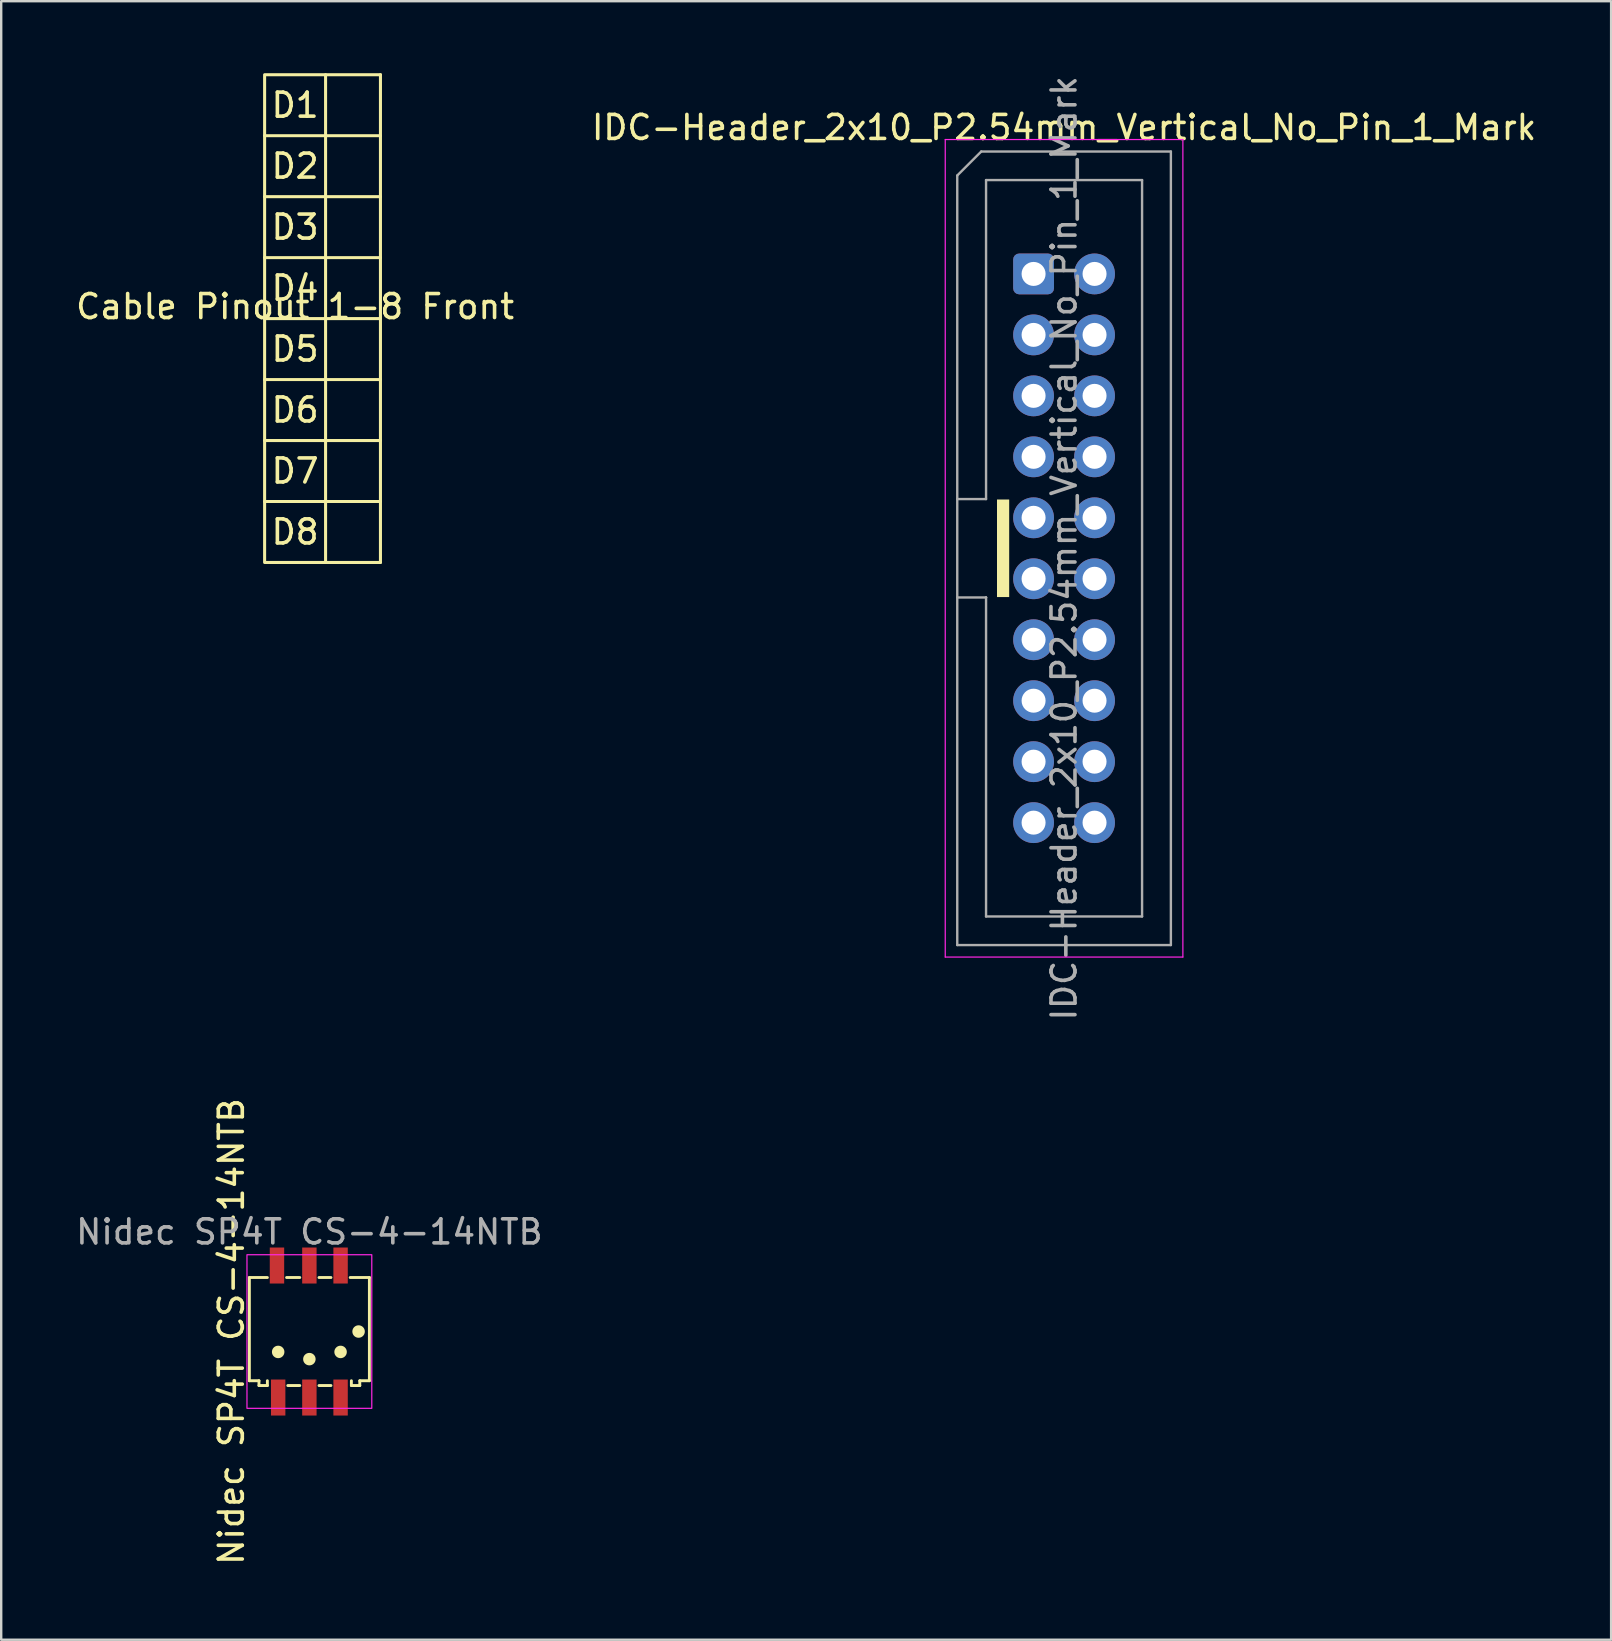
<source format=kicad_pcb>
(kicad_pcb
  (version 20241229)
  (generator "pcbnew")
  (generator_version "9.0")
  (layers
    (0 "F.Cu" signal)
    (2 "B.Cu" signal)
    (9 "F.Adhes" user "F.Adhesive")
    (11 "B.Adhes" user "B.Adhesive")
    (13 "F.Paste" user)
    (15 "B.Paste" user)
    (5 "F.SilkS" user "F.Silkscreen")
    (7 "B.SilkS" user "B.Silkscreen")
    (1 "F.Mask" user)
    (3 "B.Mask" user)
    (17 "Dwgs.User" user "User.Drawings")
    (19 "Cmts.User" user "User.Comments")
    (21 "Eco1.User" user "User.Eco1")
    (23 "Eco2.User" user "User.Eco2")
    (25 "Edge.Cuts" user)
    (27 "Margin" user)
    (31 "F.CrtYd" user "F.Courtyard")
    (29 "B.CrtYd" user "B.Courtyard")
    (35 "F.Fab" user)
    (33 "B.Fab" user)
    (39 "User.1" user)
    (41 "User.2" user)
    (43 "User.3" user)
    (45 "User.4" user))
  (footprint "Nidec SP4T CS-4-14NTB"
    (layer "F.Cu")
    (at 9.839 52.423)
    (property "Reference" "Nidec SP4T CS-4-14NTB" (at -3.25 0 90) (unlocked yes) (layer "F.SilkS") (effects (font (size 1 1) (thickness 0.15))))
    (attr smd)
    (fp_line (start -2.5 -2.25) (end -2.5 2.05) (stroke (width 0.12) (type default)) (layer "F.SilkS"))
    (fp_line (start -2.5 -2.25) (end -1.75 -2.25) (stroke (width 0.12) (type default)) (layer "F.SilkS"))
    (fp_line (start -2.1 2.05) (end -2.5 2.05) (stroke (width 0.12) (type default)) (layer "F.SilkS"))
    (fp_line (start -2.1 2.05) (end -2.1 2.25) (stroke (width 0.12) (type default)) (layer "F.SilkS"))
    (fp_line (start -2.1 2.25) (end -1.75 2.25) (stroke (width 0.12) (type default)) (layer "F.SilkS"))
    (fp_line (start -1.75 2.25) (end -1.75 2.05) (stroke (width 0.12) (type default)) (layer "F.SilkS"))
    (fp_line (start -0.9 2.25) (end -0.4 2.25) (stroke (width 0.12) (type default)) (layer "F.SilkS"))
    (fp_line (start -0.4 -2.25) (end -0.95 -2.25) (stroke (width 0.12) (type default)) (layer "F.SilkS"))
    (fp_line (start 0.4 2.25) (end 0.9 2.25) (stroke (width 0.12) (type default)) (layer "F.SilkS"))
    (fp_line (start 0.9 -2.25) (end 0.4 -2.25) (stroke (width 0.12) (type default)) (layer "F.SilkS"))
    (fp_line (start 1.75 2.25) (end 1.75 2.05) (stroke (width 0.12) (type default)) (layer "F.SilkS"))
    (fp_line (start 2.1 2.05) (end 2.1 2.25) (stroke (width 0.12) (type default)) (layer "F.SilkS"))
    (fp_line (start 2.1 2.25) (end 1.75 2.25) (stroke (width 0.12) (type default)) (layer "F.SilkS"))
    (fp_line (start 2.5 -2.25) (end 1.7 -2.25) (stroke (width 0.12) (type default)) (layer "F.SilkS"))
    (fp_line (start 2.5 -2.25) (end 2.5 2.05) (stroke (width 0.12) (type default)) (layer "F.SilkS"))
    (fp_line (start 2.5 2.05) (end 2.1 2.05) (stroke (width 0.12) (type default)) (layer "F.SilkS"))
    (fp_circle (center -1.3 0.85) (end -1.1 0.85) (stroke (width 0.12) (type solid)) (fill yes) (layer "F.SilkS"))
    (fp_circle (center 0 1.15) (end 0.2 1.15) (stroke (width 0.12) (type solid)) (fill yes) (layer "F.SilkS"))
    (fp_circle (center 1.3 0.85) (end 1.5 0.85) (stroke (width 0.12) (type solid)) (fill yes) (layer "F.SilkS"))
    (fp_circle (center 2.05 0) (end 2.25 0) (stroke (width 0.12) (type solid)) (fill yes) (layer "F.SilkS"))
    (fp_rect (start -2.6 -3.2) (end 2.6 3.2) (stroke (width 0.05) (type default)) (fill no) (layer "F.CrtYd"))
    (fp_text user "${REFERENCE}" (at 0 -4.15 0) (unlocked yes) (layer "F.Fab") (effects (font (size 1 1) (thickness 0.15))))
    (pad "1" smd rect (at 1.3 -2.75 180) (size 0.6 1.5) (layers "F.Cu" "F.Mask" "F.Paste"))
    (pad "2" smd rect (at 1.3 2.75) (size 0.6 1.5) (layers "F.Cu" "F.Mask" "F.Paste"))
    (pad "3" smd rect (at 0 2.75) (size 0.6 1.5) (layers "F.Cu" "F.Mask" "F.Paste"))
    (pad "4" smd rect (at -1.3 2.75) (size 0.6 1.5) (layers "F.Cu" "F.Mask" "F.Paste"))
    (pad "C" smd rect (at 0 -2.75) (size 0.6 1.5) (layers "F.Cu" "F.Mask" "F.Paste"))
    (pad "NC" smd rect (at -1.35 -2.75) (size 0.6 1.5) (layers "F.Cu" "F.Mask" "F.Paste")))
  (footprint "IDC-Header_2x10_P2.54mm_Vertical_No_Pin_1_Mark"
    (layer "F.Cu")
    (at 40.01 8.362)
    (property "Reference" "IDC-Header_2x10_P2.54mm_Vertical_No_Pin_1_Mark" (at 1.27 -6.1 0) (layer "F.SilkS") (effects (font (size 1 1) (thickness 0.15))))
    (attr through_hole)
    (fp_rect (start -1.524 9.398) (end -1.016 13.462) (stroke (width 0) (type solid)) (fill yes) (layer "F.SilkS"))
    (fp_line (start -3.68 -5.6) (end -3.68 28.46) (stroke (width 0.05) (type solid)) (layer "F.CrtYd"))
    (fp_line (start -3.68 28.46) (end 6.22 28.46) (stroke (width 0.05) (type solid)) (layer "F.CrtYd"))
    (fp_line (start 6.22 -5.6) (end -3.68 -5.6) (stroke (width 0.05) (type solid)) (layer "F.CrtYd"))
    (fp_line (start 6.22 28.46) (end 6.22 -5.6) (stroke (width 0.05) (type solid)) (layer "F.CrtYd"))
    (fp_line (start -3.18 -4.1) (end -2.18 -5.1) (stroke (width 0.1) (type solid)) (layer "F.Fab"))
    (fp_line (start -3.18 9.38) (end -1.98 9.38) (stroke (width 0.1) (type solid)) (layer "F.Fab"))
    (fp_line (start -3.18 27.96) (end -3.18 -4.1) (stroke (width 0.1) (type solid)) (layer "F.Fab"))
    (fp_line (start -2.18 -5.1) (end 5.72 -5.1) (stroke (width 0.1) (type solid)) (layer "F.Fab"))
    (fp_line (start -1.98 -3.91) (end 4.52 -3.91) (stroke (width 0.1) (type solid)) (layer "F.Fab"))
    (fp_line (start -1.98 9.38) (end -1.98 -3.91) (stroke (width 0.1) (type solid)) (layer "F.Fab"))
    (fp_line (start -1.98 13.48) (end -3.18 13.48) (stroke (width 0.1) (type solid)) (layer "F.Fab"))
    (fp_line (start -1.98 13.48) (end -1.98 13.48) (stroke (width 0.1) (type solid)) (layer "F.Fab"))
    (fp_line (start -1.98 26.77) (end -1.98 13.48) (stroke (width 0.1) (type solid)) (layer "F.Fab"))
    (fp_line (start 4.52 -3.91) (end 4.52 26.77) (stroke (width 0.1) (type solid)) (layer "F.Fab"))
    (fp_line (start 4.52 26.77) (end -1.98 26.77) (stroke (width 0.1) (type solid)) (layer "F.Fab"))
    (fp_line (start 5.72 -5.1) (end 5.72 27.96) (stroke (width 0.1) (type solid)) (layer "F.Fab"))
    (fp_line (start 5.72 27.96) (end -3.18 27.96) (stroke (width 0.1) (type solid)) (layer "F.Fab"))
    (fp_text user "${REFERENCE}" (at 1.27 11.43 90) (layer "F.Fab") (effects (font (size 1 1) (thickness 0.15))))
    (pad "1" thru_hole roundrect (at 0 0) (size 1.7 1.7) (drill 1) (layers "*.Cu" "*.Mask") (roundrect_rratio 0.147))
    (pad "2" thru_hole circle (at 2.54 0) (size 1.7 1.7) (drill 1) (layers "*.Cu" "*.Mask"))
    (pad "3" thru_hole circle (at 0 2.54) (size 1.7 1.7) (drill 1) (layers "*.Cu" "*.Mask"))
    (pad "4" thru_hole circle (at 2.54 2.54) (size 1.7 1.7) (drill 1) (layers "*.Cu" "*.Mask"))
    (pad "5" thru_hole circle (at 0 5.08) (size 1.7 1.7) (drill 1) (layers "*.Cu" "*.Mask"))
    (pad "6" thru_hole circle (at 2.54 5.08) (size 1.7 1.7) (drill 1) (layers "*.Cu" "*.Mask"))
    (pad "7" thru_hole circle (at 0 7.62) (size 1.7 1.7) (drill 1) (layers "*.Cu" "*.Mask"))
    (pad "8" thru_hole circle (at 2.54 7.62) (size 1.7 1.7) (drill 1) (layers "*.Cu" "*.Mask"))
    (pad "9" thru_hole circle (at 0 10.16) (size 1.7 1.7) (drill 1) (layers "*.Cu" "*.Mask"))
    (pad "10" thru_hole circle (at 2.54 10.16) (size 1.7 1.7) (drill 1) (layers "*.Cu" "*.Mask"))
    (pad "11" thru_hole circle (at 0 12.7) (size 1.7 1.7) (drill 1) (layers "*.Cu" "*.Mask"))
    (pad "12" thru_hole circle (at 2.54 12.7) (size 1.7 1.7) (drill 1) (layers "*.Cu" "*.Mask"))
    (pad "13" thru_hole circle (at 0 15.24) (size 1.7 1.7) (drill 1) (layers "*.Cu" "*.Mask"))
    (pad "14" thru_hole circle (at 2.54 15.24) (size 1.7 1.7) (drill 1) (layers "*.Cu" "*.Mask"))
    (pad "15" thru_hole circle (at 0 17.78) (size 1.7 1.7) (drill 1) (layers "*.Cu" "*.Mask"))
    (pad "16" thru_hole circle (at 2.54 17.78) (size 1.7 1.7) (drill 1) (layers "*.Cu" "*.Mask"))
    (pad "17" thru_hole circle (at 0 20.32) (size 1.7 1.7) (drill 1) (layers "*.Cu" "*.Mask"))
    (pad "18" thru_hole circle (at 2.54 20.32) (size 1.7 1.7) (drill 1) (layers "*.Cu" "*.Mask"))
    (pad "19" thru_hole circle (at 0 22.86) (size 1.7 1.7) (drill 1) (layers "*.Cu" "*.Mask"))
    (pad "20" thru_hole circle (at 2.54 22.86) (size 1.7 1.7) (drill 1) (layers "*.Cu" "*.Mask")))
  (footprint "Cable Pinout 1-8 Front"
    (layer "F.Cu")
    (at 9.244 10.223)
    (property "Reference" "Cable Pinout 1-8 Front" (at 0 -0.5 0) (unlocked yes) (layer "F.SilkS") (effects (font (size 1 1) (thickness 0.15))))
    (attr smd)
    (fp_line (start 1.27 -7.62) (end -1.27 -7.62) (stroke (width 0.127) (type default)) (layer "F.SilkS"))
    (fp_line (start 1.27 -7.62) (end 3.556 -7.62) (stroke (width 0.127) (type default)) (layer "F.SilkS"))
    (fp_line (start 1.27 -5.08) (end -1.27 -5.08) (stroke (width 0.127) (type default)) (layer "F.SilkS"))
    (fp_line (start 1.27 -5.08) (end 3.556 -5.08) (stroke (width 0.127) (type default)) (layer "F.SilkS"))
    (fp_line (start 1.27 -2.54) (end -1.27 -2.54) (stroke (width 0.127) (type default)) (layer "F.SilkS"))
    (fp_line (start 1.27 -2.54) (end 3.556 -2.54) (stroke (width 0.127) (type default)) (layer "F.SilkS"))
    (fp_line (start 1.27 0) (end -1.27 0) (stroke (width 0.127) (type default)) (layer "F.SilkS"))
    (fp_line (start 1.27 0) (end 3.556 0) (stroke (width 0.127) (type default)) (layer "F.SilkS"))
    (fp_line (start 1.27 2.54) (end -1.27 2.54) (stroke (width 0.127) (type default)) (layer "F.SilkS"))
    (fp_line (start 1.27 2.54) (end 3.556 2.54) (stroke (width 0.127) (type default)) (layer "F.SilkS"))
    (fp_line (start 1.27 5.08) (end -1.27 5.08) (stroke (width 0.127) (type default)) (layer "F.SilkS"))
    (fp_line (start 1.27 5.08) (end 3.556 5.08) (stroke (width 0.127) (type default)) (layer "F.SilkS"))
    (fp_line (start 1.27 7.62) (end -1.27 7.62) (stroke (width 0.127) (type default)) (layer "F.SilkS"))
    (fp_line (start 1.27 7.62) (end 3.556 7.62) (stroke (width 0.127) (type default)) (layer "F.SilkS"))
    (fp_line (start 1.27 10.16) (end 3.556 10.16) (stroke (width 0.127) (type default)) (layer "F.SilkS"))
    (fp_line (start 3.556 -10.16) (end 1.27 -10.16) (stroke (width 0.127) (type default)) (layer "F.SilkS"))
    (fp_line (start 3.556 10.16) (end 3.556 -10.16) (stroke (width 0.127) (type default)) (layer "F.SilkS"))
    (fp_rect (start 1.27 -10.16) (end -1.27 10.16) (stroke (width 0.127) (type default)) (fill no) (layer "F.SilkS"))
    (fp_text user "D3" (at 0 -3.81 0) (unlocked yes) (layer "F.SilkS") (effects (font (size 1 1) (thickness 0.15))))
    (fp_text user "D2" (at 0 -6.35 0) (unlocked yes) (layer "F.SilkS") (effects (font (size 1 1) (thickness 0.15))))
    (fp_text user "D8" (at 0 8.89 0) (unlocked yes) (layer "F.SilkS") (effects (font (size 1 1) (thickness 0.15))))
    (fp_text user "D5" (at 0 1.27 0) (unlocked yes) (layer "F.SilkS") (effects (font (size 1 1) (thickness 0.15))))
    (fp_text user "D7" (at 0 6.35 0) (unlocked yes) (layer "F.SilkS") (effects (font (size 1 1) (thickness 0.15))))
    (fp_text user "D4" (at 0 -1.27 0) (unlocked yes) (layer "F.SilkS") (effects (font (size 1 1) (thickness 0.15))))
    (fp_text user "D6" (at 0 3.81 0) (unlocked yes) (layer "F.SilkS") (effects (font (size 1 1) (thickness 0.15))))
    (fp_text user "D1" (at 0 -8.89 0) (unlocked yes) (layer "F.SilkS") (effects (font (size 1 1) (thickness 0.15)))))
  (gr_rect
    (start -3 -3)
    (end 64.071 65.262)
    (stroke (width 0.1) (type default))
    (fill no)
    (layer "Edge.Cuts")))
</source>
